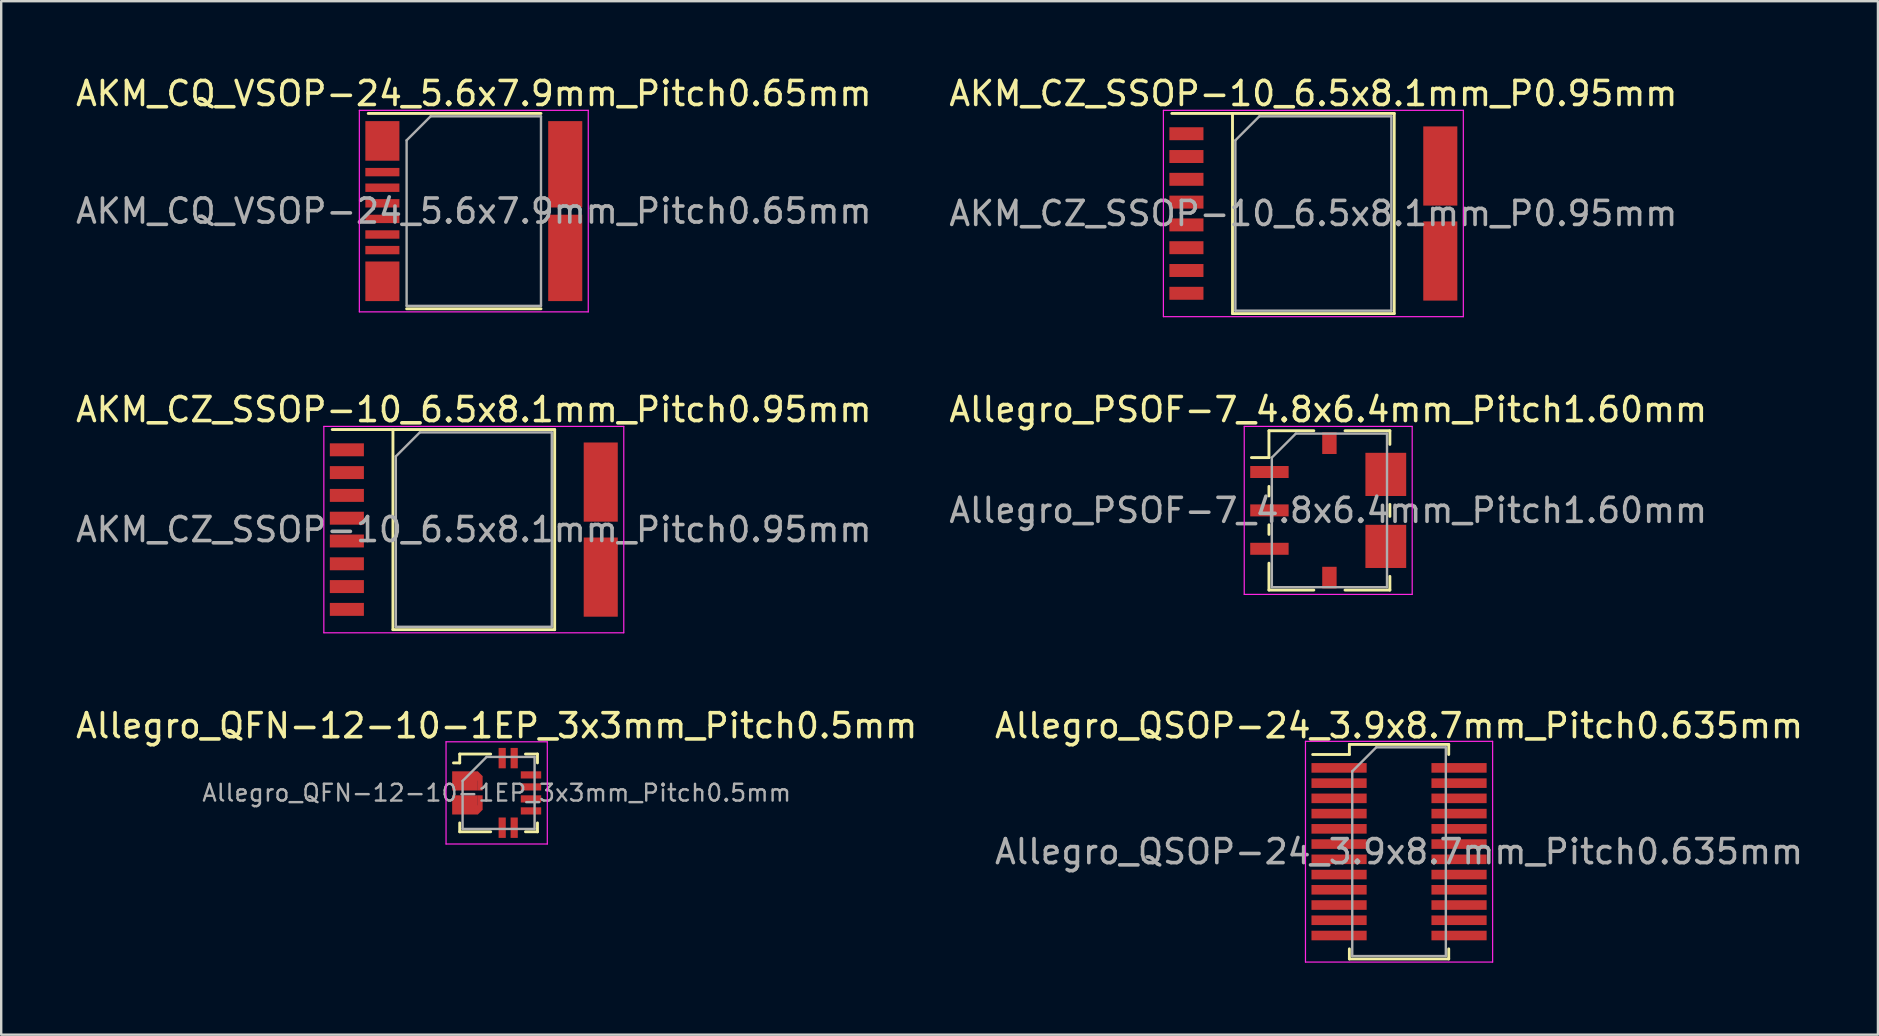
<source format=kicad_pcb>
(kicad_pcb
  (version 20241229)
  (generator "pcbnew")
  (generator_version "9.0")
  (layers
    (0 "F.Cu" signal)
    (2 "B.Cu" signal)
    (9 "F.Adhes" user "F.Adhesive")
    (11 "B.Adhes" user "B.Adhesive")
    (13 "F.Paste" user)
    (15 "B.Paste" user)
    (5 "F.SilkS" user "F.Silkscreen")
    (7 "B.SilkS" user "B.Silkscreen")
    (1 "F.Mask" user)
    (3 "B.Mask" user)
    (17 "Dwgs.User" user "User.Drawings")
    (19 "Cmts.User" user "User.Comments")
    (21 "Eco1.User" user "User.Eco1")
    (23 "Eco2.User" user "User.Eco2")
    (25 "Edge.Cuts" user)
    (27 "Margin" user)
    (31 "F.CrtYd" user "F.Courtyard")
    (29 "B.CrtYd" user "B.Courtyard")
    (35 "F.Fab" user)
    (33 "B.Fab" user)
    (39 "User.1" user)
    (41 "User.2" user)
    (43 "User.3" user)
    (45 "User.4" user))
  (footprint "Allegro_QSOP-24_3.9x8.7mm_Pitch0.635mm"
    (layer "F.Cu")
    (at 55.256 32.445)
    (property "Reference" "Allegro_QSOP-24_3.9x8.7mm_Pitch0.635mm" (at 0 -5.25 0) (layer "F.SilkS") (effects (font (size 1 1) (thickness 0.15))))
    (attr smd)
    (fp_line (start -3.6 -4.05) (end -2.07 -4.05) (stroke (width 0.12) (type solid)) (layer "F.SilkS"))
    (fp_line (start -2.07 -4.47) (end -2.07 -4.05) (stroke (width 0.12) (type solid)) (layer "F.SilkS"))
    (fp_line (start -2.07 -4.47) (end 2.07 -4.47) (stroke (width 0.12) (type solid)) (layer "F.SilkS"))
    (fp_line (start -2.07 4.47) (end -2.07 4.05) (stroke (width 0.12) (type solid)) (layer "F.SilkS"))
    (fp_line (start -2.07 4.47) (end 2.07 4.47) (stroke (width 0.12) (type solid)) (layer "F.SilkS"))
    (fp_line (start 2.07 -4.47) (end 2.07 -4.05) (stroke (width 0.12) (type solid)) (layer "F.SilkS"))
    (fp_line (start 2.07 4.47) (end 2.07 4.05) (stroke (width 0.12) (type solid)) (layer "F.SilkS"))
    (fp_line (start -3.9 -4.6) (end -3.9 4.6) (stroke (width 0.05) (type solid)) (layer "F.CrtYd"))
    (fp_line (start -3.9 -4.6) (end 3.9 -4.6) (stroke (width 0.05) (type solid)) (layer "F.CrtYd"))
    (fp_line (start -3.9 4.6) (end 3.9 4.6) (stroke (width 0.05) (type solid)) (layer "F.CrtYd"))
    (fp_line (start 3.9 -4.6) (end 3.9 4.6) (stroke (width 0.05) (type solid)) (layer "F.CrtYd"))
    (fp_line (start -1.95 -3.35) (end -0.95 -4.35) (stroke (width 0.1) (type solid)) (layer "F.Fab"))
    (fp_line (start -1.95 4.35) (end -1.95 -3.35) (stroke (width 0.1) (type solid)) (layer "F.Fab"))
    (fp_line (start -0.95 -4.35) (end 1.95 -4.35) (stroke (width 0.1) (type solid)) (layer "F.Fab"))
    (fp_line (start 1.95 -4.35) (end 1.95 4.35) (stroke (width 0.1) (type solid)) (layer "F.Fab"))
    (fp_line (start 1.95 4.35) (end -1.95 4.35) (stroke (width 0.1) (type solid)) (layer "F.Fab"))
    (fp_text user "${REFERENCE}" (at 0 0 0) (layer "F.Fab") (effects (font (size 1 1) (thickness 0.15))))
    (pad "1" smd rect (at -2.5 -3.493) (size 2.3 0.4) (layers "F.Cu" "F.Mask" "F.Paste"))
    (pad "2" smd rect (at -2.5 -2.857) (size 2.3 0.4) (layers "F.Cu" "F.Mask" "F.Paste"))
    (pad "3" smd rect (at -2.5 -2.223) (size 2.3 0.4) (layers "F.Cu" "F.Mask" "F.Paste"))
    (pad "4" smd rect (at -2.5 -1.587) (size 2.3 0.4) (layers "F.Cu" "F.Mask" "F.Paste"))
    (pad "5" smd rect (at -2.5 -0.953) (size 2.3 0.4) (layers "F.Cu" "F.Mask" "F.Paste"))
    (pad "6" smd rect (at -2.5 -0.318) (size 2.3 0.4) (layers "F.Cu" "F.Mask" "F.Paste"))
    (pad "7" smd rect (at -2.5 0.318) (size 2.3 0.4) (layers "F.Cu" "F.Mask" "F.Paste"))
    (pad "8" smd rect (at -2.5 0.953) (size 2.3 0.4) (layers "F.Cu" "F.Mask" "F.Paste"))
    (pad "9" smd rect (at -2.5 1.587) (size 2.3 0.4) (layers "F.Cu" "F.Mask" "F.Paste"))
    (pad "10" smd rect (at -2.5 2.223) (size 2.3 0.4) (layers "F.Cu" "F.Mask" "F.Paste"))
    (pad "11" smd rect (at -2.5 2.857) (size 2.3 0.4) (layers "F.Cu" "F.Mask" "F.Paste"))
    (pad "12" smd rect (at -2.5 3.493) (size 2.3 0.4) (layers "F.Cu" "F.Mask" "F.Paste"))
    (pad "13" smd rect (at 2.5 3.493) (size 2.3 0.4) (layers "F.Cu" "F.Mask" "F.Paste"))
    (pad "14" smd rect (at 2.5 2.857) (size 2.3 0.4) (layers "F.Cu" "F.Mask" "F.Paste"))
    (pad "15" smd rect (at 2.5 2.223) (size 2.3 0.4) (layers "F.Cu" "F.Mask" "F.Paste"))
    (pad "16" smd rect (at 2.5 1.587) (size 2.3 0.4) (layers "F.Cu" "F.Mask" "F.Paste"))
    (pad "17" smd rect (at 2.5 0.953) (size 2.3 0.4) (layers "F.Cu" "F.Mask" "F.Paste"))
    (pad "18" smd rect (at 2.5 0.318) (size 2.3 0.4) (layers "F.Cu" "F.Mask" "F.Paste"))
    (pad "19" smd rect (at 2.5 -0.318) (size 2.3 0.4) (layers "F.Cu" "F.Mask" "F.Paste"))
    (pad "20" smd rect (at 2.5 -0.953) (size 2.3 0.4) (layers "F.Cu" "F.Mask" "F.Paste"))
    (pad "21" smd rect (at 2.5 -1.587) (size 2.3 0.4) (layers "F.Cu" "F.Mask" "F.Paste"))
    (pad "22" smd rect (at 2.5 -2.223) (size 2.3 0.4) (layers "F.Cu" "F.Mask" "F.Paste"))
    (pad "23" smd rect (at 2.5 -2.857) (size 2.3 0.4) (layers "F.Cu" "F.Mask" "F.Paste"))
    (pad "24" smd rect (at 2.5 -3.493) (size 2.3 0.4) (layers "F.Cu" "F.Mask" "F.Paste")))
  (footprint "AKM_CZ_SSOP-10_6.5x8.1mm_P0.95mm"
    (layer "F.Cu")
    (at 51.685 5.848)
    (property "Reference" "AKM_CZ_SSOP-10_6.5x8.1mm_P0.95mm" (at 0 -5 0) (layer "F.SilkS") (effects (font (size 1 1) (thickness 0.15))))
    (attr smd)
    (fp_line (start -3.37 4.17) (end -3.37 -4.17) (stroke (width 0.12) (type solid)) (layer "F.SilkS"))
    (fp_line (start 3.37 -4.17) (end -5.9 -4.17) (stroke (width 0.12) (type solid)) (layer "F.SilkS"))
    (fp_line (start 3.37 -4.17) (end 3.37 4.17) (stroke (width 0.12) (type solid)) (layer "F.SilkS"))
    (fp_line (start 3.37 4.17) (end -3.37 4.17) (stroke (width 0.12) (type solid)) (layer "F.SilkS"))
    (fp_line (start -6.25 -4.3) (end 6.25 -4.3) (stroke (width 0.05) (type solid)) (layer "F.CrtYd"))
    (fp_line (start -6.25 4.3) (end -6.25 -4.3) (stroke (width 0.05) (type solid)) (layer "F.CrtYd"))
    (fp_line (start 6.25 -4.3) (end 6.25 4.3) (stroke (width 0.05) (type solid)) (layer "F.CrtYd"))
    (fp_line (start 6.25 4.3) (end -6.25 4.3) (stroke (width 0.05) (type solid)) (layer "F.CrtYd"))
    (fp_line (start -3.25 -3.05) (end -2.25 -4.05) (stroke (width 0.1) (type solid)) (layer "F.Fab"))
    (fp_line (start -3.25 4.05) (end -3.25 -3.05) (stroke (width 0.1) (type solid)) (layer "F.Fab"))
    (fp_line (start -2.25 -4.05) (end 3.25 -4.05) (stroke (width 0.1) (type solid)) (layer "F.Fab"))
    (fp_line (start 3.25 -4.05) (end 3.25 4.05) (stroke (width 0.1) (type solid)) (layer "F.Fab"))
    (fp_line (start 3.25 4.05) (end -3.25 4.05) (stroke (width 0.1) (type solid)) (layer "F.Fab"))
    (fp_text user "${REFERENCE}" (at 0 0 0) (layer "F.Fab") (effects (font (size 1 1) (thickness 0.15))))
    (pad "1" smd rect (at -5.29 -3.325) (size 1.42 0.54) (layers "F.Cu" "F.Mask" "F.Paste"))
    (pad "2" smd rect (at -5.29 -2.375) (size 1.42 0.54) (layers "F.Cu" "F.Mask" "F.Paste"))
    (pad "3" smd rect (at -5.29 -1.425) (size 1.42 0.54) (layers "F.Cu" "F.Mask" "F.Paste"))
    (pad "4" smd rect (at -5.29 -0.475) (size 1.42 0.54) (layers "F.Cu" "F.Mask" "F.Paste"))
    (pad "5" smd rect (at -5.29 0.475) (size 1.42 0.54) (layers "F.Cu" "F.Mask" "F.Paste"))
    (pad "6" smd rect (at -5.29 1.425) (size 1.42 0.54) (layers "F.Cu" "F.Mask" "F.Paste"))
    (pad "7" smd rect (at -5.29 2.375) (size 1.42 0.54) (layers "F.Cu" "F.Mask" "F.Paste"))
    (pad "8" smd rect (at -5.29 3.325) (size 1.42 0.54) (layers "F.Cu" "F.Mask" "F.Paste"))
    (pad "9" smd rect (at 5.29 1.98) (size 1.42 3.3) (layers "F.Cu" "F.Mask" "F.Paste"))
    (pad "10" smd rect (at 5.29 -1.98) (size 1.42 3.3) (layers "F.Cu" "F.Mask" "F.Paste")))
  (footprint "AKM_CQ_VSOP-24_5.6x7.9mm_Pitch0.65mm"
    (layer "F.Cu")
    (at 16.696 5.748)
    (property "Reference" "AKM_CQ_VSOP-24_5.6x7.9mm_Pitch0.65mm" (at 0 -4.9 0) (layer "F.SilkS") (effects (font (size 1 1) (thickness 0.15))))
    (attr smd)
    (fp_line (start 2.8 -4.07) (end -4.4 -4.07) (stroke (width 0.12) (type solid)) (layer "F.SilkS"))
    (fp_line (start 2.8 4.07) (end -2.8 4.07) (stroke (width 0.12) (type solid)) (layer "F.SilkS"))
    (fp_line (start -4.77 -4.2) (end 4.77 -4.2) (stroke (width 0.05) (type solid)) (layer "F.CrtYd"))
    (fp_line (start -4.77 4.2) (end -4.77 -4.2) (stroke (width 0.05) (type solid)) (layer "F.CrtYd"))
    (fp_line (start 4.77 -4.2) (end 4.77 4.2) (stroke (width 0.05) (type solid)) (layer "F.CrtYd"))
    (fp_line (start 4.77 4.2) (end -4.77 4.2) (stroke (width 0.05) (type solid)) (layer "F.CrtYd"))
    (fp_line (start -2.8 -2.95) (end -1.8 -3.95) (stroke (width 0.1) (type solid)) (layer "F.Fab"))
    (fp_line (start -2.8 3.95) (end -2.8 -2.95) (stroke (width 0.1) (type solid)) (layer "F.Fab"))
    (fp_line (start -1.8 -3.95) (end 2.8 -3.95) (stroke (width 0.1) (type solid)) (layer "F.Fab"))
    (fp_line (start 2.8 -3.95) (end 2.8 3.95) (stroke (width 0.1) (type solid)) (layer "F.Fab"))
    (fp_line (start 2.8 3.95) (end -2.8 3.95) (stroke (width 0.1) (type solid)) (layer "F.Fab"))
    (fp_text user "${REFERENCE}" (at 0 0 0) (layer "F.Fab") (effects (font (size 1 1) (thickness 0.15))))
    (pad "1" smd rect (at -3.81 -2.925) (size 1.42 1.65) (layers "F.Cu" "F.Mask" "F.Paste"))
    (pad "2" smd rect (at -3.81 -1.625) (size 1.42 0.35) (layers "F.Cu" "F.Mask" "F.Paste"))
    (pad "3" smd rect (at -3.81 -0.975) (size 1.42 0.35) (layers "F.Cu" "F.Mask" "F.Paste"))
    (pad "4" smd rect (at -3.81 -0.325) (size 1.42 0.35) (layers "F.Cu" "F.Mask" "F.Paste"))
    (pad "5" smd rect (at -3.81 0.325) (size 1.42 0.35) (layers "F.Cu" "F.Mask" "F.Paste"))
    (pad "6" smd rect (at -3.81 0.975) (size 1.42 0.35) (layers "F.Cu" "F.Mask" "F.Paste"))
    (pad "7" smd rect (at -3.81 1.625) (size 1.42 0.35) (layers "F.Cu" "F.Mask" "F.Paste"))
    (pad "8" smd rect (at -3.81 2.925) (size 1.42 1.65) (layers "F.Cu" "F.Mask" "F.Paste"))
    (pad "9" smd rect (at 3.81 1.95) (size 1.42 3.6) (layers "F.Cu" "F.Mask" "F.Paste"))
    (pad "10" smd rect (at 3.81 -1.95) (size 1.42 3.6) (layers "F.Cu" "F.Mask" "F.Paste")))
  (footprint "AKM_CZ_SSOP-10_6.5x8.1mm_Pitch0.95mm"
    (layer "F.Cu")
    (at 16.696 19.021)
    (property "Reference" "AKM_CZ_SSOP-10_6.5x8.1mm_Pitch0.95mm" (at 0 -5 0) (layer "F.SilkS") (effects (font (size 1 1) (thickness 0.15))))
    (attr smd)
    (fp_line (start -3.37 4.17) (end -3.37 -4.17) (stroke (width 0.12) (type solid)) (layer "F.SilkS"))
    (fp_line (start 3.37 -4.17) (end -5.9 -4.17) (stroke (width 0.12) (type solid)) (layer "F.SilkS"))
    (fp_line (start 3.37 -4.17) (end 3.37 4.17) (stroke (width 0.12) (type solid)) (layer "F.SilkS"))
    (fp_line (start 3.37 4.17) (end -3.37 4.17) (stroke (width 0.12) (type solid)) (layer "F.SilkS"))
    (fp_line (start -6.25 -4.3) (end 6.25 -4.3) (stroke (width 0.05) (type solid)) (layer "F.CrtYd"))
    (fp_line (start -6.25 4.3) (end -6.25 -4.3) (stroke (width 0.05) (type solid)) (layer "F.CrtYd"))
    (fp_line (start 6.25 -4.3) (end 6.25 4.3) (stroke (width 0.05) (type solid)) (layer "F.CrtYd"))
    (fp_line (start 6.25 4.3) (end -6.25 4.3) (stroke (width 0.05) (type solid)) (layer "F.CrtYd"))
    (fp_line (start -3.25 -3.05) (end -2.25 -4.05) (stroke (width 0.1) (type solid)) (layer "F.Fab"))
    (fp_line (start -3.25 4.05) (end -3.25 -3.05) (stroke (width 0.1) (type solid)) (layer "F.Fab"))
    (fp_line (start -2.25 -4.05) (end 3.25 -4.05) (stroke (width 0.1) (type solid)) (layer "F.Fab"))
    (fp_line (start 3.25 -4.05) (end 3.25 4.05) (stroke (width 0.1) (type solid)) (layer "F.Fab"))
    (fp_line (start 3.25 4.05) (end -3.25 4.05) (stroke (width 0.1) (type solid)) (layer "F.Fab"))
    (fp_text user "${REFERENCE}" (at 0 0 0) (layer "F.Fab") (effects (font (size 1 1) (thickness 0.15))))
    (pad "1" smd rect (at -5.29 -3.325) (size 1.42 0.54) (layers "F.Cu" "F.Mask" "F.Paste"))
    (pad "2" smd rect (at -5.29 -2.375) (size 1.42 0.54) (layers "F.Cu" "F.Mask" "F.Paste"))
    (pad "3" smd rect (at -5.29 -1.425) (size 1.42 0.54) (layers "F.Cu" "F.Mask" "F.Paste"))
    (pad "4" smd rect (at -5.29 -0.475) (size 1.42 0.54) (layers "F.Cu" "F.Mask" "F.Paste"))
    (pad "5" smd rect (at -5.29 0.475) (size 1.42 0.54) (layers "F.Cu" "F.Mask" "F.Paste"))
    (pad "6" smd rect (at -5.29 1.425) (size 1.42 0.54) (layers "F.Cu" "F.Mask" "F.Paste"))
    (pad "7" smd rect (at -5.29 2.375) (size 1.42 0.54) (layers "F.Cu" "F.Mask" "F.Paste"))
    (pad "8" smd rect (at -5.29 3.325) (size 1.42 0.54) (layers "F.Cu" "F.Mask" "F.Paste"))
    (pad "9" smd rect (at 5.29 1.98) (size 1.42 3.3) (layers "F.Cu" "F.Mask" "F.Paste"))
    (pad "10" smd rect (at 5.29 -1.98) (size 1.42 3.3) (layers "F.Cu" "F.Mask" "F.Paste")))
  (footprint "Allegro_PSOF-7_4.8x6.4mm_Pitch1.60mm"
    (layer "F.Cu")
    (at 52.304 18.221)
    (property "Reference" "Allegro_PSOF-7_4.8x6.4mm_Pitch1.60mm" (at 0 -4.2 0) (layer "F.SilkS") (effects (font (size 1 1) (thickness 0.15))))
    (attr smd)
    (fp_line (start -2.47 -3.32) (end -2.47 -2.2) (stroke (width 0.12) (type solid)) (layer "F.SilkS"))
    (fp_line (start -2.47 -2.2) (end -3.2 -2.2) (stroke (width 0.12) (type solid)) (layer "F.SilkS"))
    (fp_line (start -2.47 -0.6) (end -2.47 -1) (stroke (width 0.12) (type solid)) (layer "F.SilkS"))
    (fp_line (start -2.47 0.6) (end -2.47 1) (stroke (width 0.12) (type solid)) (layer "F.SilkS"))
    (fp_line (start -2.47 3.32) (end -2.47 2.2) (stroke (width 0.12) (type solid)) (layer "F.SilkS"))
    (fp_line (start -0.6 -3.32) (end -2.47 -3.32) (stroke (width 0.12) (type solid)) (layer "F.SilkS"))
    (fp_line (start -0.6 3.32) (end -2.47 3.32) (stroke (width 0.12) (type solid)) (layer "F.SilkS"))
    (fp_line (start 2.57 -3.32) (end 0.7 -3.32) (stroke (width 0.12) (type solid)) (layer "F.SilkS"))
    (fp_line (start 2.57 -3.32) (end 2.57 -2.75) (stroke (width 0.12) (type solid)) (layer "F.SilkS"))
    (fp_line (start 2.57 0.25) (end 2.57 -0.25) (stroke (width 0.12) (type solid)) (layer "F.SilkS"))
    (fp_line (start 2.57 3.32) (end 0.7 3.32) (stroke (width 0.12) (type solid)) (layer "F.SilkS"))
    (fp_line (start 2.57 3.32) (end 2.57 2.75) (stroke (width 0.12) (type solid)) (layer "F.SilkS"))
    (fp_line (start -3.5 -3.5) (end 3.5 -3.5) (stroke (width 0.05) (type solid)) (layer "F.CrtYd"))
    (fp_line (start -3.5 3.5) (end -3.5 -3.5) (stroke (width 0.05) (type solid)) (layer "F.CrtYd"))
    (fp_line (start 3.5 -3.5) (end 3.5 3.5) (stroke (width 0.05) (type solid)) (layer "F.CrtYd"))
    (fp_line (start 3.5 3.5) (end -3.5 3.5) (stroke (width 0.05) (type solid)) (layer "F.CrtYd"))
    (fp_line (start -2.35 3.2) (end -2.35 -2.2) (stroke (width 0.1) (type solid)) (layer "F.Fab"))
    (fp_line (start -1.35 -3.2) (end -2.35 -2.2) (stroke (width 0.1) (type solid)) (layer "F.Fab"))
    (fp_line (start -1.35 -3.2) (end 2.45 -3.2) (stroke (width 0.1) (type solid)) (layer "F.Fab"))
    (fp_line (start 2.45 -3.2) (end 2.45 3.2) (stroke (width 0.1) (type solid)) (layer "F.Fab"))
    (fp_line (start 2.45 3.2) (end -2.35 3.2) (stroke (width 0.1) (type solid)) (layer "F.Fab"))
    (fp_text user "${REFERENCE}" (at 0 0 0) (layer "F.Fab") (effects (font (size 1 1) (thickness 0.15))))
    (pad "1" smd rect (at -2.45 -1.6) (size 1.6 0.5) (layers "F.Cu" "F.Mask" "F.Paste"))
    (pad "2" smd rect (at -2.45 0) (size 1.6 0.5) (layers "F.Cu" "F.Mask" "F.Paste"))
    (pad "3" smd rect (at -2.45 1.6) (size 1.6 0.5) (layers "F.Cu" "F.Mask" "F.Paste"))
    (pad "4" smd rect (at 0.05 2.8) (size 0.6 0.9) (layers "F.Cu" "F.Mask" "F.Paste"))
    (pad "5" smd rect (at 2.4 1.5) (size 1.7 1.8) (layers "F.Cu" "F.Mask" "F.Paste"))
    (pad "6" smd rect (at 2.4 -1.5) (size 1.7 1.8) (layers "F.Cu" "F.Mask" "F.Paste"))
    (pad "7" smd rect (at 0.05 -2.8) (size 0.6 0.9) (layers "F.Cu" "F.Mask" "F.Paste")))
  (footprint "Allegro_QFN-12-10-1EP_3x3mm_Pitch0.5mm"
    (layer "F.Cu")
    (at 17.649 29.995)
    (property "Reference" "Allegro_QFN-12-10-1EP_3x3mm_Pitch0.5mm" (at 0 -2.8 0) (layer "F.SilkS") (effects (font (size 1 1) (thickness 0.15))))
    (attr smd)
    (fp_line (start -1.54 -1.62) (end -1.54 -1.25) (stroke (width 0.12) (type solid)) (layer "F.SilkS"))
    (fp_line (start -1.54 -1.62) (end -0.25 -1.62) (stroke (width 0.12) (type solid)) (layer "F.SilkS"))
    (fp_line (start -1.54 -1.25) (end -1.8 -1.25) (stroke (width 0.12) (type solid)) (layer "F.SilkS"))
    (fp_line (start -1.54 1.25) (end -1.54 1.62) (stroke (width 0.12) (type solid)) (layer "F.SilkS"))
    (fp_line (start -1.54 1.62) (end -0.25 1.62) (stroke (width 0.12) (type solid)) (layer "F.SilkS"))
    (fp_line (start 1.7 -1.62) (end 1.2 -1.62) (stroke (width 0.12) (type solid)) (layer "F.SilkS"))
    (fp_line (start 1.7 -1.62) (end 1.7 -1.25) (stroke (width 0.12) (type solid)) (layer "F.SilkS"))
    (fp_line (start 1.7 1.25) (end 1.7 1.62) (stroke (width 0.12) (type solid)) (layer "F.SilkS"))
    (fp_line (start 1.7 1.62) (end 1.2 1.62) (stroke (width 0.12) (type solid)) (layer "F.SilkS"))
    (fp_line (start -2.11 -2.13) (end -2.11 2.13) (stroke (width 0.05) (type solid)) (layer "F.CrtYd"))
    (fp_line (start -2.11 2.13) (end 2.11 2.13) (stroke (width 0.05) (type solid)) (layer "F.CrtYd"))
    (fp_line (start 2.11 -2.13) (end -2.11 -2.13) (stroke (width 0.05) (type solid)) (layer "F.CrtYd"))
    (fp_line (start 2.11 2.13) (end 2.11 -2.13) (stroke (width 0.05) (type solid)) (layer "F.CrtYd"))
    (fp_line (start -1.42 -0.5) (end -0.42 -1.5) (stroke (width 0.1) (type solid)) (layer "F.Fab"))
    (fp_line (start -1.42 1.5) (end -1.42 -0.5) (stroke (width 0.1) (type solid)) (layer "F.Fab"))
    (fp_line (start -0.42 -1.5) (end 1.58 -1.5) (stroke (width 0.1) (type solid)) (layer "F.Fab"))
    (fp_line (start 1.58 -1.5) (end 1.58 1.5) (stroke (width 0.1) (type solid)) (layer "F.Fab"))
    (fp_line (start 1.58 1.5) (end -1.42 1.5) (stroke (width 0.1) (type solid)) (layer "F.Fab"))
    (fp_text user "${REFERENCE}" (at 0 0 0) (layer "F.Fab") (effects (font (size 0.7 0.7) (thickness 0.1))))
    (pad "1" smd rect (at -1.32 -0.5) (size 1.07 0.8) (layers "F.Cu" "F.Mask" "F.Paste"))
    (pad "1" smd rect (at -0.785 -0.7 45) (size 0.283 0.283) (layers "F.Cu" "F.Mask" "F.Paste"))
    (pad "1" smd rect (at -0.685 -0.4) (size 0.2 0.6) (layers "F.Cu" "F.Mask" "F.Paste"))
    (pad "2" smd rect (at -1.32 0.5) (size 1.07 0.8) (layers "F.Cu" "F.Mask" "F.Paste"))
    (pad "2" smd rect (at -0.785 0.7 45) (size 0.283 0.283) (layers "F.Cu" "F.Mask" "F.Paste"))
    (pad "2" smd rect (at -0.685 0.4) (size 0.2 0.6) (layers "F.Cu" "F.Mask" "F.Paste"))
    (pad "3" smd rect (at 0.23 1.45) (size 0.3 0.85) (layers "F.Cu" "F.Mask" "F.Paste"))
    (pad "4" smd rect (at 0.73 1.45) (size 0.3 0.85) (layers "F.Cu" "F.Mask" "F.Paste"))
    (pad "5" smd rect (at 1.43 0.75) (size 0.85 0.3) (layers "F.Cu" "F.Mask" "F.Paste"))
    (pad "6" smd rect (at 1.43 0.25) (size 0.85 0.3) (layers "F.Cu" "F.Mask" "F.Paste"))
    (pad "7" smd rect (at 1.43 -0.25) (size 0.85 0.3) (layers "F.Cu" "F.Mask" "F.Paste"))
    (pad "8" smd rect (at 1.43 -0.75) (size 0.85 0.3) (layers "F.Cu" "F.Mask" "F.Paste"))
    (pad "9" smd rect (at 0.73 -1.45) (size 0.3 0.85) (layers "F.Cu" "F.Mask" "F.Paste"))
    (pad "10" smd rect (at 0.23 -1.45) (size 0.3 0.85) (layers "F.Cu" "F.Mask" "F.Paste")))
  (gr_rect
    (start -3 -3)
    (end 75.214 40.07)
    (stroke (width 0.1) (type default))
    (fill no)
    (layer "Edge.Cuts")))
</source>
